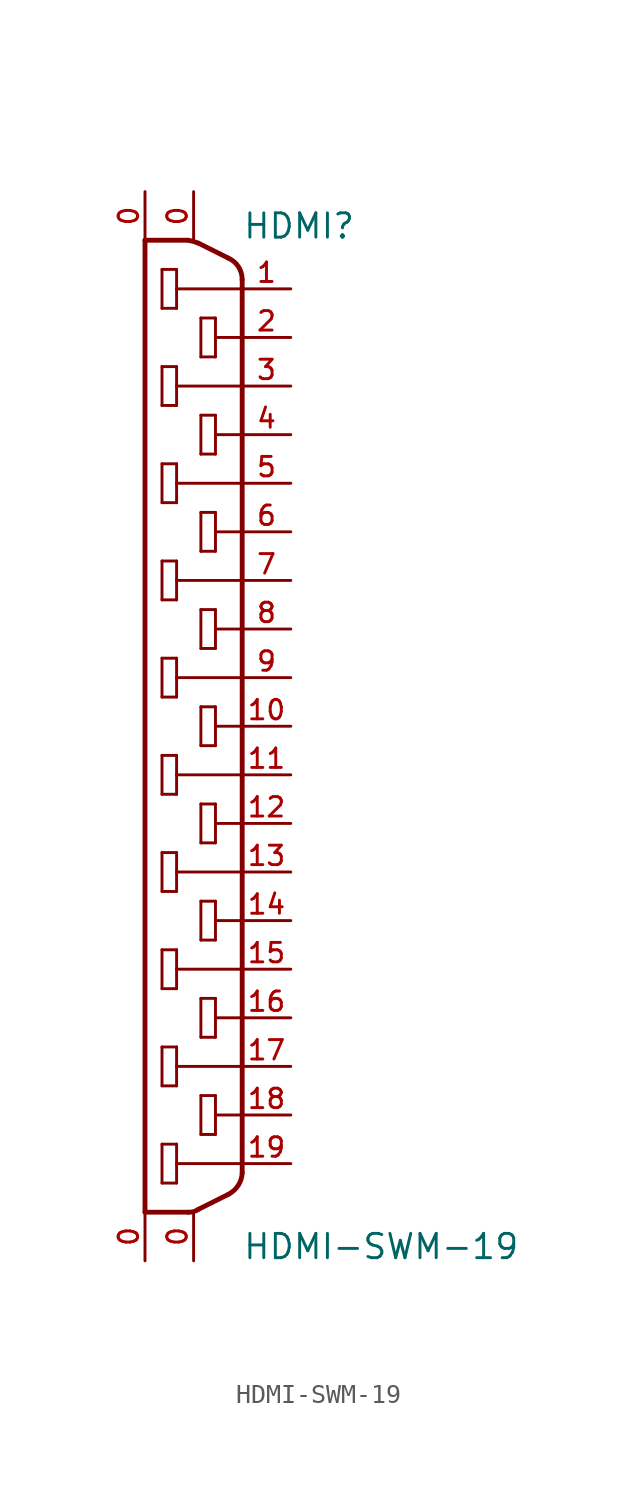
<source format=kicad_sym>
(kicad_symbol_lib
  (version 20211014)
  (generator kicad_symbol_editor)
  (symbol "HDMI-SWM-19"
    (pin_names
      (offset 1.016) hide)
    (property "Reference" "HDMI"
      (at 2.54 25.4 0)
      (effects (font (size 1.27 1.27)) (justify left bottom)))
    (property "Value" "HDMI-SWM-19"
      (at 2.54 -27.94 0)
      (effects (font (size 1.27 1.27)) (justify left bottom)))
    (property "Datasheet" ""
      (at 0 0 0)
      (effects (font (size 1.524 1.524))))
    (symbol "HDMI-SWM-19_1_0"
      (polyline (pts (xy -2.54 -25.4) (xy -0.279 -25.4)) (stroke (width 0.254) (type default) (color 0 0 0 0)) (fill (type none)))
      (polyline (pts (xy -2.54 25.4) (xy -2.54 -25.4)) (stroke (width 0.254) (type default) (color 0 0 0 0)) (fill (type none)))
      (polyline (pts (xy -1.651 -23.876) (xy -1.651 -21.844)) (stroke (width 0) (type default) (color 0 0 0 0)) (fill (type none)))
      (polyline (pts (xy -1.651 -21.844) (xy -0.889 -21.844)) (stroke (width 0) (type default) (color 0 0 0 0)) (fill (type none)))
      (polyline (pts (xy -1.651 -18.796) (xy -1.651 -16.764)) (stroke (width 0) (type default) (color 0 0 0 0)) (fill (type none)))
      (polyline (pts (xy -1.651 -16.764) (xy -0.889 -16.764)) (stroke (width 0) (type default) (color 0 0 0 0)) (fill (type none)))
      (polyline (pts (xy -1.651 -13.716) (xy -1.651 -11.684)) (stroke (width 0) (type default) (color 0 0 0 0)) (fill (type none)))
      (polyline (pts (xy -1.651 -11.684) (xy -0.889 -11.684)) (stroke (width 0) (type default) (color 0 0 0 0)) (fill (type none)))
      (polyline (pts (xy -1.651 -8.636) (xy -1.651 -6.604)) (stroke (width 0) (type default) (color 0 0 0 0)) (fill (type none)))
      (polyline (pts (xy -1.651 -6.604) (xy -0.889 -6.604)) (stroke (width 0) (type default) (color 0 0 0 0)) (fill (type none)))
      (polyline (pts (xy -1.651 -3.556) (xy -1.651 -1.524)) (stroke (width 0) (type default) (color 0 0 0 0)) (fill (type none)))
      (polyline (pts (xy -1.651 -1.524) (xy -0.889 -1.524)) (stroke (width 0) (type default) (color 0 0 0 0)) (fill (type none)))
      (polyline (pts (xy -1.651 1.524) (xy -1.651 3.556)) (stroke (width 0) (type default) (color 0 0 0 0)) (fill (type none)))
      (polyline (pts (xy -1.651 3.556) (xy -0.889 3.556)) (stroke (width 0) (type default) (color 0 0 0 0)) (fill (type none)))
      (polyline (pts (xy -1.651 6.604) (xy -1.651 8.636)) (stroke (width 0) (type default) (color 0 0 0 0)) (fill (type none)))
      (polyline (pts (xy -1.651 8.636) (xy -0.889 8.636)) (stroke (width 0) (type default) (color 0 0 0 0)) (fill (type none)))
      (polyline (pts (xy -1.651 11.684) (xy -1.651 13.716)) (stroke (width 0) (type default) (color 0 0 0 0)) (fill (type none)))
      (polyline (pts (xy -1.651 13.716) (xy -0.889 13.716)) (stroke (width 0) (type default) (color 0 0 0 0)) (fill (type none)))
      (polyline (pts (xy -1.651 16.764) (xy -1.651 18.796)) (stroke (width 0) (type default) (color 0 0 0 0)) (fill (type none)))
      (polyline (pts (xy -1.651 18.796) (xy -0.889 18.796)) (stroke (width 0) (type default) (color 0 0 0 0)) (fill (type none)))
      (polyline (pts (xy -1.651 21.844) (xy -1.651 23.876)) (stroke (width 0) (type default) (color 0 0 0 0)) (fill (type none)))
      (polyline (pts (xy -1.651 23.876) (xy -0.889 23.876)) (stroke (width 0) (type default) (color 0 0 0 0)) (fill (type none)))
      (polyline (pts (xy -0.889 -23.876) (xy -1.651 -23.876)) (stroke (width 0) (type default) (color 0 0 0 0)) (fill (type none)))
      (polyline (pts (xy -0.889 -22.86) (xy -0.889 -23.876)) (stroke (width 0) (type default) (color 0 0 0 0)) (fill (type none)))
      (polyline (pts (xy -0.889 -21.844) (xy -0.889 -22.86)) (stroke (width 0) (type default) (color 0 0 0 0)) (fill (type none)))
      (polyline (pts (xy -0.889 -18.796) (xy -1.651 -18.796)) (stroke (width 0) (type default) (color 0 0 0 0)) (fill (type none)))
      (polyline (pts (xy -0.889 -17.78) (xy -0.889 -18.796)) (stroke (width 0) (type default) (color 0 0 0 0)) (fill (type none)))
      (polyline (pts (xy -0.889 -16.764) (xy -0.889 -17.78)) (stroke (width 0) (type default) (color 0 0 0 0)) (fill (type none)))
      (polyline (pts (xy -0.889 -13.716) (xy -1.651 -13.716)) (stroke (width 0) (type default) (color 0 0 0 0)) (fill (type none)))
      (polyline (pts (xy -0.889 -12.7) (xy -0.889 -13.716)) (stroke (width 0) (type default) (color 0 0 0 0)) (fill (type none)))
      (polyline (pts (xy -0.889 -11.684) (xy -0.889 -12.7)) (stroke (width 0) (type default) (color 0 0 0 0)) (fill (type none)))
      (polyline (pts (xy -0.889 -8.636) (xy -1.651 -8.636)) (stroke (width 0) (type default) (color 0 0 0 0)) (fill (type none)))
      (polyline (pts (xy -0.889 -7.62) (xy -0.889 -8.636)) (stroke (width 0) (type default) (color 0 0 0 0)) (fill (type none)))
      (polyline (pts (xy -0.889 -6.604) (xy -0.889 -7.62)) (stroke (width 0) (type default) (color 0 0 0 0)) (fill (type none)))
      (polyline (pts (xy -0.889 -3.556) (xy -1.651 -3.556)) (stroke (width 0) (type default) (color 0 0 0 0)) (fill (type none)))
      (polyline (pts (xy -0.889 -2.54) (xy -0.889 -3.556)) (stroke (width 0) (type default) (color 0 0 0 0)) (fill (type none)))
      (polyline (pts (xy -0.889 -1.524) (xy -0.889 -2.54)) (stroke (width 0) (type default) (color 0 0 0 0)) (fill (type none)))
      (polyline (pts (xy -0.889 1.524) (xy -1.651 1.524)) (stroke (width 0) (type default) (color 0 0 0 0)) (fill (type none)))
      (polyline (pts (xy -0.889 2.54) (xy -0.889 1.524)) (stroke (width 0) (type default) (color 0 0 0 0)) (fill (type none)))
      (polyline (pts (xy -0.889 3.556) (xy -0.889 2.54)) (stroke (width 0) (type default) (color 0 0 0 0)) (fill (type none)))
      (polyline (pts (xy -0.889 6.604) (xy -1.651 6.604)) (stroke (width 0) (type default) (color 0 0 0 0)) (fill (type none)))
      (polyline (pts (xy -0.889 7.62) (xy -0.889 6.604)) (stroke (width 0) (type default) (color 0 0 0 0)) (fill (type none)))
      (polyline (pts (xy -0.889 8.636) (xy -0.889 7.62)) (stroke (width 0) (type default) (color 0 0 0 0)) (fill (type none)))
      (polyline (pts (xy -0.889 11.684) (xy -1.651 11.684)) (stroke (width 0) (type default) (color 0 0 0 0)) (fill (type none)))
      (polyline (pts (xy -0.889 12.7) (xy -0.889 11.684)) (stroke (width 0) (type default) (color 0 0 0 0)) (fill (type none)))
      (polyline (pts (xy -0.889 13.716) (xy -0.889 12.7)) (stroke (width 0) (type default) (color 0 0 0 0)) (fill (type none)))
      (polyline (pts (xy -0.889 16.764) (xy -1.651 16.764)) (stroke (width 0) (type default) (color 0 0 0 0)) (fill (type none)))
      (polyline (pts (xy -0.889 17.78) (xy -0.889 16.764)) (stroke (width 0) (type default) (color 0 0 0 0)) (fill (type none)))
      (polyline (pts (xy -0.889 18.796) (xy -0.889 17.78)) (stroke (width 0) (type default) (color 0 0 0 0)) (fill (type none)))
      (polyline (pts (xy -0.889 21.844) (xy -1.651 21.844)) (stroke (width 0) (type default) (color 0 0 0 0)) (fill (type none)))
      (polyline (pts (xy -0.889 22.86) (xy -0.889 21.844)) (stroke (width 0) (type default) (color 0 0 0 0)) (fill (type none)))
      (polyline (pts (xy -0.889 23.876) (xy -0.889 22.86)) (stroke (width 0) (type default) (color 0 0 0 0)) (fill (type none)))
      (polyline (pts (xy -0.279 25.4) (xy -2.54 25.4)) (stroke (width 0.254) (type default) (color 0 0 0 0)) (fill (type none)))
      (polyline (pts (xy 0.254 -25.248) (xy 1.829 -24.46)) (stroke (width 0.254) (type default) (color 0 0 0 0)) (fill (type none)))
      (polyline (pts (xy 0.381 -21.336) (xy 0.381 -19.304)) (stroke (width 0) (type default) (color 0 0 0 0)) (fill (type none)))
      (polyline (pts (xy 0.381 -19.304) (xy 1.143 -19.304)) (stroke (width 0) (type default) (color 0 0 0 0)) (fill (type none)))
      (polyline (pts (xy 0.381 -16.256) (xy 0.381 -14.224)) (stroke (width 0) (type default) (color 0 0 0 0)) (fill (type none)))
      (polyline (pts (xy 0.381 -14.224) (xy 1.143 -14.224)) (stroke (width 0) (type default) (color 0 0 0 0)) (fill (type none)))
      (polyline (pts (xy 0.381 -11.176) (xy 0.381 -9.144)) (stroke (width 0) (type default) (color 0 0 0 0)) (fill (type none)))
      (polyline (pts (xy 0.381 -9.144) (xy 1.143 -9.144)) (stroke (width 0) (type default) (color 0 0 0 0)) (fill (type none)))
      (polyline (pts (xy 0.381 -6.096) (xy 0.381 -4.064)) (stroke (width 0) (type default) (color 0 0 0 0)) (fill (type none)))
      (polyline (pts (xy 0.381 -4.064) (xy 1.143 -4.064)) (stroke (width 0) (type default) (color 0 0 0 0)) (fill (type none)))
      (polyline (pts (xy 0.381 -1.016) (xy 0.381 1.016)) (stroke (width 0) (type default) (color 0 0 0 0)) (fill (type none)))
      (polyline (pts (xy 0.381 1.016) (xy 1.143 1.016)) (stroke (width 0) (type default) (color 0 0 0 0)) (fill (type none)))
      (polyline (pts (xy 0.381 4.064) (xy 0.381 6.096)) (stroke (width 0) (type default) (color 0 0 0 0)) (fill (type none)))
      (polyline (pts (xy 0.381 6.096) (xy 1.143 6.096)) (stroke (width 0) (type default) (color 0 0 0 0)) (fill (type none)))
      (polyline (pts (xy 0.381 9.144) (xy 0.381 11.176)) (stroke (width 0) (type default) (color 0 0 0 0)) (fill (type none)))
      (polyline (pts (xy 0.381 11.176) (xy 1.143 11.176)) (stroke (width 0) (type default) (color 0 0 0 0)) (fill (type none)))
      (polyline (pts (xy 0.381 14.224) (xy 0.381 16.256)) (stroke (width 0) (type default) (color 0 0 0 0)) (fill (type none)))
      (polyline (pts (xy 0.381 16.256) (xy 1.143 16.256)) (stroke (width 0) (type default) (color 0 0 0 0)) (fill (type none)))
      (polyline (pts (xy 0.381 19.304) (xy 0.381 21.336)) (stroke (width 0) (type default) (color 0 0 0 0)) (fill (type none)))
      (polyline (pts (xy 0.381 21.336) (xy 1.143 21.336)) (stroke (width 0) (type default) (color 0 0 0 0)) (fill (type none)))
      (polyline (pts (xy 1.143 -21.336) (xy 0.381 -21.336)) (stroke (width 0) (type default) (color 0 0 0 0)) (fill (type none)))
      (polyline (pts (xy 1.143 -20.32) (xy 1.143 -21.336)) (stroke (width 0) (type default) (color 0 0 0 0)) (fill (type none)))
      (polyline (pts (xy 1.143 -19.304) (xy 1.143 -20.32)) (stroke (width 0) (type default) (color 0 0 0 0)) (fill (type none)))
      (polyline (pts (xy 1.143 -16.256) (xy 0.381 -16.256)) (stroke (width 0) (type default) (color 0 0 0 0)) (fill (type none)))
      (polyline (pts (xy 1.143 -15.24) (xy 1.143 -16.256)) (stroke (width 0) (type default) (color 0 0 0 0)) (fill (type none)))
      (polyline (pts (xy 1.143 -14.224) (xy 1.143 -15.24)) (stroke (width 0) (type default) (color 0 0 0 0)) (fill (type none)))
      (polyline (pts (xy 1.143 -11.176) (xy 0.381 -11.176)) (stroke (width 0) (type default) (color 0 0 0 0)) (fill (type none)))
      (polyline (pts (xy 1.143 -10.16) (xy 1.143 -11.176)) (stroke (width 0) (type default) (color 0 0 0 0)) (fill (type none)))
      (polyline (pts (xy 1.143 -9.144) (xy 1.143 -10.16)) (stroke (width 0) (type default) (color 0 0 0 0)) (fill (type none)))
      (polyline (pts (xy 1.143 -6.096) (xy 0.381 -6.096)) (stroke (width 0) (type default) (color 0 0 0 0)) (fill (type none)))
      (polyline (pts (xy 1.143 -5.08) (xy 1.143 -6.096)) (stroke (width 0) (type default) (color 0 0 0 0)) (fill (type none)))
      (polyline (pts (xy 1.143 -4.064) (xy 1.143 -5.08)) (stroke (width 0) (type default) (color 0 0 0 0)) (fill (type none)))
      (polyline (pts (xy 1.143 -1.016) (xy 0.381 -1.016)) (stroke (width 0) (type default) (color 0 0 0 0)) (fill (type none)))
      (polyline (pts (xy 1.143 0) (xy 1.143 -1.016)) (stroke (width 0) (type default) (color 0 0 0 0)) (fill (type none)))
      (polyline (pts (xy 1.143 1.016) (xy 1.143 0)) (stroke (width 0) (type default) (color 0 0 0 0)) (fill (type none)))
      (polyline (pts (xy 1.143 4.064) (xy 0.381 4.064)) (stroke (width 0) (type default) (color 0 0 0 0)) (fill (type none)))
      (polyline (pts (xy 1.143 5.08) (xy 1.143 4.064)) (stroke (width 0) (type default) (color 0 0 0 0)) (fill (type none)))
      (polyline (pts (xy 1.143 6.096) (xy 1.143 5.08)) (stroke (width 0) (type default) (color 0 0 0 0)) (fill (type none)))
      (polyline (pts (xy 1.143 9.144) (xy 0.381 9.144)) (stroke (width 0) (type default) (color 0 0 0 0)) (fill (type none)))
      (polyline (pts (xy 1.143 10.16) (xy 1.143 9.144)) (stroke (width 0) (type default) (color 0 0 0 0)) (fill (type none)))
      (polyline (pts (xy 1.143 11.176) (xy 1.143 10.16)) (stroke (width 0) (type default) (color 0 0 0 0)) (fill (type none)))
      (polyline (pts (xy 1.143 14.224) (xy 0.381 14.224)) (stroke (width 0) (type default) (color 0 0 0 0)) (fill (type none)))
      (polyline (pts (xy 1.143 15.24) (xy 1.143 14.224)) (stroke (width 0) (type default) (color 0 0 0 0)) (fill (type none)))
      (polyline (pts (xy 1.143 16.256) (xy 1.143 15.24)) (stroke (width 0) (type default) (color 0 0 0 0)) (fill (type none)))
      (polyline (pts (xy 1.143 19.304) (xy 0.381 19.304)) (stroke (width 0) (type default) (color 0 0 0 0)) (fill (type none)))
      (polyline (pts (xy 1.143 20.32) (xy 1.143 19.304)) (stroke (width 0) (type default) (color 0 0 0 0)) (fill (type none)))
      (polyline (pts (xy 1.143 21.336) (xy 1.143 20.32)) (stroke (width 0) (type default) (color 0 0 0 0)) (fill (type none)))
      (polyline (pts (xy 1.829 24.46) (xy 0.254 25.248)) (stroke (width 0.254) (type default) (color 0 0 0 0)) (fill (type none)))
      (polyline (pts (xy 2.54 -23.343) (xy 2.54 -22.86)) (stroke (width 0.254) (type default) (color 0 0 0 0)) (fill (type none)))
      (polyline (pts (xy 2.54 -22.86) (xy -0.889 -22.86)) (stroke (width 0) (type default) (color 0 0 0 0)) (fill (type none)))
      (polyline (pts (xy 2.54 -22.86) (xy 2.54 -20.32)) (stroke (width 0.254) (type default) (color 0 0 0 0)) (fill (type none)))
      (polyline (pts (xy 2.54 -20.32) (xy 1.143 -20.32)) (stroke (width 0) (type default) (color 0 0 0 0)) (fill (type none)))
      (polyline (pts (xy 2.54 -20.32) (xy 2.54 -17.78)) (stroke (width 0.254) (type default) (color 0 0 0 0)) (fill (type none)))
      (polyline (pts (xy 2.54 -17.78) (xy -0.889 -17.78)) (stroke (width 0) (type default) (color 0 0 0 0)) (fill (type none)))
      (polyline (pts (xy 2.54 -17.78) (xy 2.54 -15.24)) (stroke (width 0.254) (type default) (color 0 0 0 0)) (fill (type none)))
      (polyline (pts (xy 2.54 -15.24) (xy 1.143 -15.24)) (stroke (width 0) (type default) (color 0 0 0 0)) (fill (type none)))
      (polyline (pts (xy 2.54 -15.24) (xy 2.54 -12.7)) (stroke (width 0.254) (type default) (color 0 0 0 0)) (fill (type none)))
      (polyline (pts (xy 2.54 -12.7) (xy -0.889 -12.7)) (stroke (width 0) (type default) (color 0 0 0 0)) (fill (type none)))
      (polyline (pts (xy 2.54 -12.7) (xy 2.54 -10.16)) (stroke (width 0.254) (type default) (color 0 0 0 0)) (fill (type none)))
      (polyline (pts (xy 2.54 -10.16) (xy 1.143 -10.16)) (stroke (width 0) (type default) (color 0 0 0 0)) (fill (type none)))
      (polyline (pts (xy 2.54 -10.16) (xy 2.54 -7.62)) (stroke (width 0.254) (type default) (color 0 0 0 0)) (fill (type none)))
      (polyline (pts (xy 2.54 -7.62) (xy -0.889 -7.62)) (stroke (width 0) (type default) (color 0 0 0 0)) (fill (type none)))
      (polyline (pts (xy 2.54 -7.62) (xy 2.54 -5.08)) (stroke (width 0.254) (type default) (color 0 0 0 0)) (fill (type none)))
      (polyline (pts (xy 2.54 -5.08) (xy 1.143 -5.08)) (stroke (width 0) (type default) (color 0 0 0 0)) (fill (type none)))
      (polyline (pts (xy 2.54 -5.08) (xy 2.54 -2.54)) (stroke (width 0.254) (type default) (color 0 0 0 0)) (fill (type none)))
      (polyline (pts (xy 2.54 -2.54) (xy -0.889 -2.54)) (stroke (width 0) (type default) (color 0 0 0 0)) (fill (type none)))
      (polyline (pts (xy 2.54 -2.54) (xy 2.54 0)) (stroke (width 0.254) (type default) (color 0 0 0 0)) (fill (type none)))
      (polyline (pts (xy 2.54 0) (xy 1.143 0)) (stroke (width 0) (type default) (color 0 0 0 0)) (fill (type none)))
      (polyline (pts (xy 2.54 0) (xy 2.54 2.54)) (stroke (width 0.254) (type default) (color 0 0 0 0)) (fill (type none)))
      (polyline (pts (xy 2.54 2.54) (xy -0.889 2.54)) (stroke (width 0) (type default) (color 0 0 0 0)) (fill (type none)))
      (polyline (pts (xy 2.54 2.54) (xy 2.54 5.08)) (stroke (width 0.254) (type default) (color 0 0 0 0)) (fill (type none)))
      (polyline (pts (xy 2.54 5.08) (xy 1.143 5.08)) (stroke (width 0) (type default) (color 0 0 0 0)) (fill (type none)))
      (polyline (pts (xy 2.54 5.08) (xy 2.54 7.62)) (stroke (width 0.254) (type default) (color 0 0 0 0)) (fill (type none)))
      (polyline (pts (xy 2.54 7.62) (xy -0.889 7.62)) (stroke (width 0) (type default) (color 0 0 0 0)) (fill (type none)))
      (polyline (pts (xy 2.54 7.62) (xy 2.54 10.16)) (stroke (width 0.254) (type default) (color 0 0 0 0)) (fill (type none)))
      (polyline (pts (xy 2.54 10.16) (xy 1.143 10.16)) (stroke (width 0) (type default) (color 0 0 0 0)) (fill (type none)))
      (polyline (pts (xy 2.54 10.16) (xy 2.54 12.7)) (stroke (width 0.254) (type default) (color 0 0 0 0)) (fill (type none)))
      (polyline (pts (xy 2.54 12.7) (xy -0.889 12.7)) (stroke (width 0) (type default) (color 0 0 0 0)) (fill (type none)))
      (polyline (pts (xy 2.54 12.7) (xy 2.54 15.24)) (stroke (width 0.254) (type default) (color 0 0 0 0)) (fill (type none)))
      (polyline (pts (xy 2.54 15.24) (xy 1.143 15.24)) (stroke (width 0) (type default) (color 0 0 0 0)) (fill (type none)))
      (polyline (pts (xy 2.54 15.24) (xy 2.54 17.78)) (stroke (width 0.254) (type default) (color 0 0 0 0)) (fill (type none)))
      (polyline (pts (xy 2.54 17.78) (xy -0.889 17.78)) (stroke (width 0) (type default) (color 0 0 0 0)) (fill (type none)))
      (polyline (pts (xy 2.54 17.78) (xy 2.54 20.32)) (stroke (width 0.254) (type default) (color 0 0 0 0)) (fill (type none)))
      (polyline (pts (xy 2.54 20.32) (xy 1.143 20.32)) (stroke (width 0) (type default) (color 0 0 0 0)) (fill (type none)))
      (polyline (pts (xy 2.54 20.32) (xy 2.54 22.86)) (stroke (width 0.254) (type default) (color 0 0 0 0)) (fill (type none)))
      (polyline (pts (xy 2.54 22.86) (xy -0.889 22.86)) (stroke (width 0) (type default) (color 0 0 0 0)) (fill (type none)))
      (polyline (pts (xy 2.54 22.86) (xy 2.54 23.343)) (stroke (width 0.254) (type default) (color 0 0 0 0)) (fill (type none))))
    (symbol "HDMI-SWM-19_1_1"
      (arc (start -0.2794 -25.4) (mid 0.001 -25.3687) (end 0.254 -25.2476) (stroke (width 0.254) (type default) (color 0 0 0 0)) (fill (type none)))
      (arc (start 0.254 25.2476) (mid -0.006 25.3378) (end -0.2794 25.4) (stroke (width 0.254) (type default) (color 0 0 0 0)) (fill (type none)))
      (arc (start 1.8288 -24.4602) (mid 2.3329 -23.9995) (end 2.54 -23.3426) (stroke (width 0.254) (type default) (color 0 0 0 0)) (fill (type none)))
      (arc (start 2.54 23.3426) (mid 2.3503 24.0103) (end 1.8288 24.4602) (stroke (width 0.254) (type default) (color 0 0 0 0)) (fill (type none)))
      (pin input line (at 0 27.94 270) (length 2.54) (name "20" (effects (font (size 1.016 1.016)))) (number "0" (effects (font (size 1.016 1.016)))))
      (pin input line (at -2.54 27.94 270) (length 2.54) (name "21" (effects (font (size 1.016 1.016)))) (number "0" (effects (font (size 1.016 1.016)))))
      (pin input line (at 0 -27.94 90) (length 2.54) (name "22" (effects (font (size 1.016 1.016)))) (number "0" (effects (font (size 1.016 1.016)))))
      (pin input line (at -2.54 -27.94 90) (length 2.54) (name "23" (effects (font (size 1.016 1.016)))) (number "0" (effects (font (size 1.016 1.016)))))
      (pin input line (at 5.08 22.86 180) (length 2.54) (name "1" (effects (font (size 1.016 1.016)))) (number "1" (effects (font (size 1.016 1.016)))))
      (pin input line (at 5.08 0 180) (length 2.54) (name "10" (effects (font (size 1.016 1.016)))) (number "10" (effects (font (size 1.016 1.016)))))
      (pin input line (at 5.08 -2.54 180) (length 2.54) (name "11" (effects (font (size 1.016 1.016)))) (number "11" (effects (font (size 1.016 1.016)))))
      (pin input line (at 5.08 -5.08 180) (length 2.54) (name "12" (effects (font (size 1.016 1.016)))) (number "12" (effects (font (size 1.016 1.016)))))
      (pin input line (at 5.08 -7.62 180) (length 2.54) (name "13" (effects (font (size 1.016 1.016)))) (number "13" (effects (font (size 1.016 1.016)))))
      (pin input line (at 5.08 -10.16 180) (length 2.54) (name "14" (effects (font (size 1.016 1.016)))) (number "14" (effects (font (size 1.016 1.016)))))
      (pin input line (at 5.08 -12.7 180) (length 2.54) (name "15" (effects (font (size 1.016 1.016)))) (number "15" (effects (font (size 1.016 1.016)))))
      (pin input line (at 5.08 -15.24 180) (length 2.54) (name "16" (effects (font (size 1.016 1.016)))) (number "16" (effects (font (size 1.016 1.016)))))
      (pin input line (at 5.08 -17.78 180) (length 2.54) (name "17" (effects (font (size 1.016 1.016)))) (number "17" (effects (font (size 1.016 1.016)))))
      (pin input line (at 5.08 -20.32 180) (length 2.54) (name "18" (effects (font (size 1.016 1.016)))) (number "18" (effects (font (size 1.016 1.016)))))
      (pin input line (at 5.08 -22.86 180) (length 2.54) (name "19" (effects (font (size 1.016 1.016)))) (number "19" (effects (font (size 1.016 1.016)))))
      (pin input line (at 5.08 20.32 180) (length 2.54) (name "2" (effects (font (size 1.016 1.016)))) (number "2" (effects (font (size 1.016 1.016)))))
      (pin input line (at 5.08 17.78 180) (length 2.54) (name "3" (effects (font (size 1.016 1.016)))) (number "3" (effects (font (size 1.016 1.016)))))
      (pin input line (at 5.08 15.24 180) (length 2.54) (name "4" (effects (font (size 1.016 1.016)))) (number "4" (effects (font (size 1.016 1.016)))))
      (pin input line (at 5.08 12.7 180) (length 2.54) (name "5" (effects (font (size 1.016 1.016)))) (number "5" (effects (font (size 1.016 1.016)))))
      (pin input line (at 5.08 10.16 180) (length 2.54) (name "6" (effects (font (size 1.016 1.016)))) (number "6" (effects (font (size 1.016 1.016)))))
      (pin input line (at 5.08 7.62 180) (length 2.54) (name "7" (effects (font (size 1.016 1.016)))) (number "7" (effects (font (size 1.016 1.016)))))
      (pin input line (at 5.08 5.08 180) (length 2.54) (name "8" (effects (font (size 1.016 1.016)))) (number "8" (effects (font (size 1.016 1.016)))))
      (pin input line (at 5.08 2.54 180) (length 2.54) (name "9" (effects (font (size 1.016 1.016)))) (number "9" (effects (font (size 1.016 1.016))))))))
</source>
